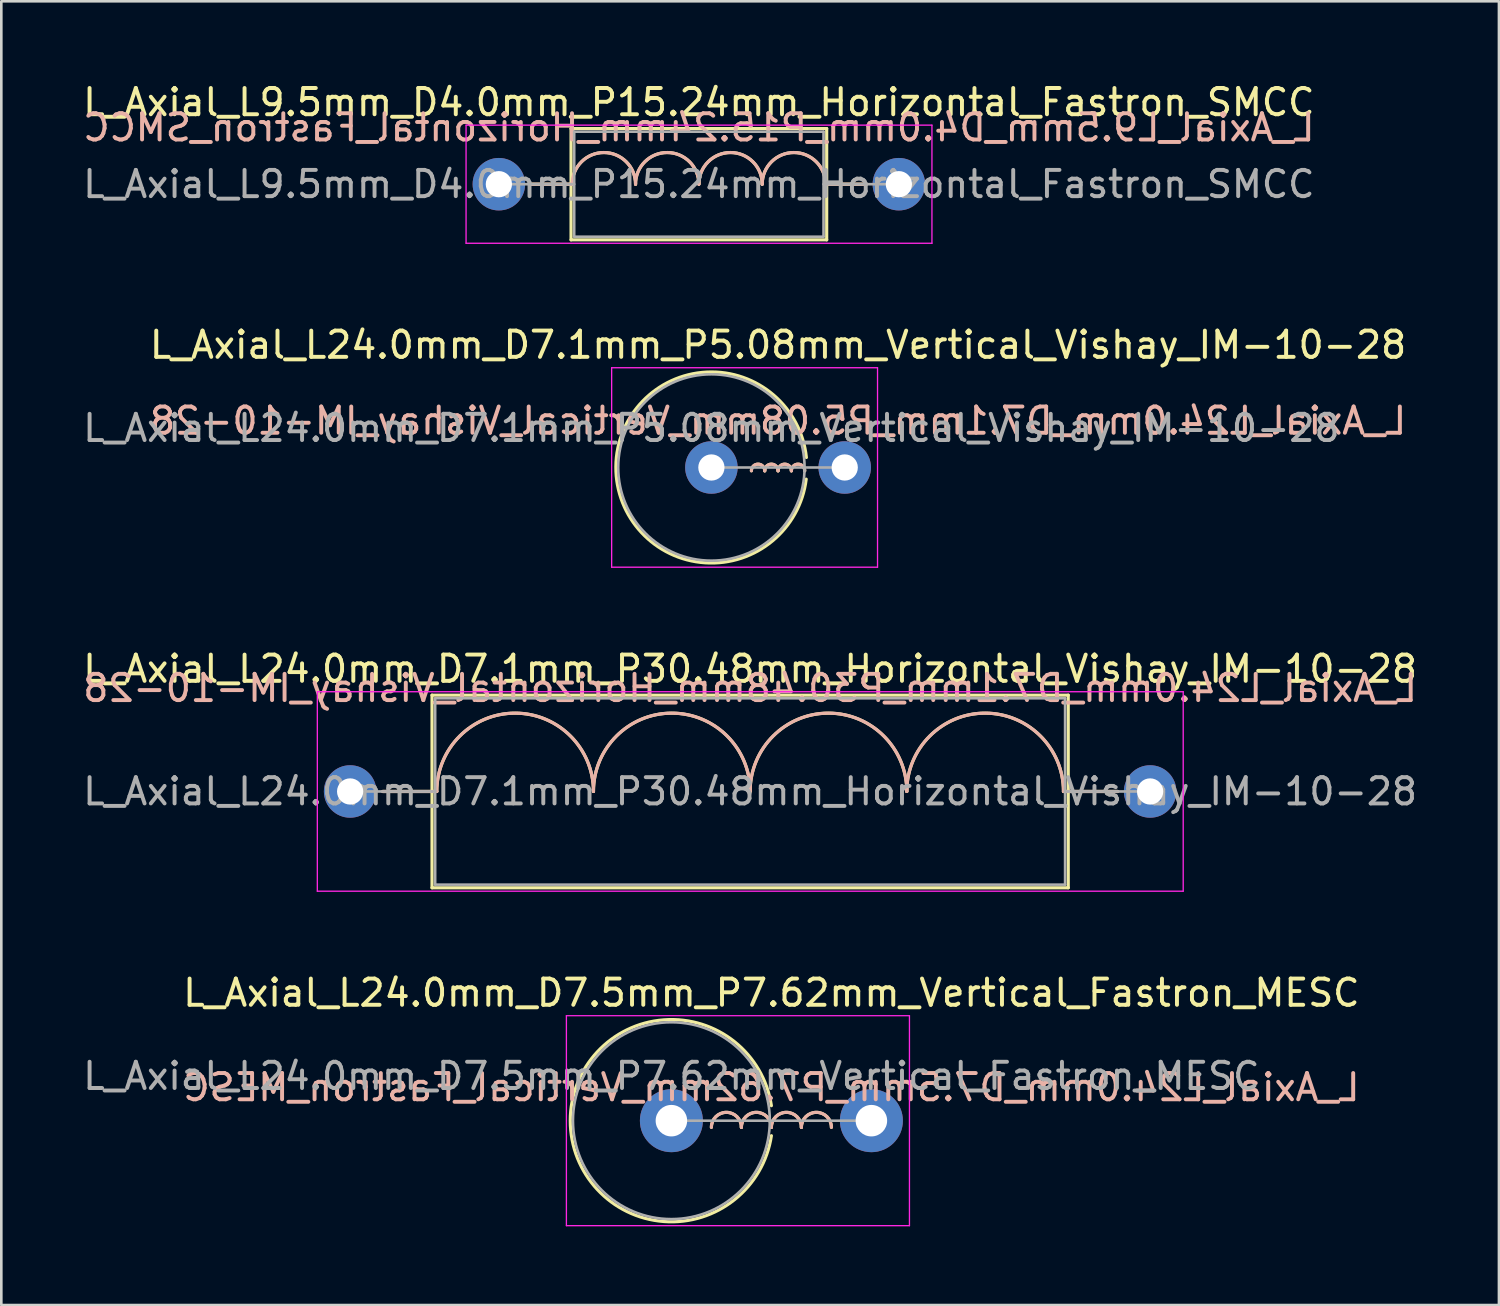
<source format=kicad_pcb>
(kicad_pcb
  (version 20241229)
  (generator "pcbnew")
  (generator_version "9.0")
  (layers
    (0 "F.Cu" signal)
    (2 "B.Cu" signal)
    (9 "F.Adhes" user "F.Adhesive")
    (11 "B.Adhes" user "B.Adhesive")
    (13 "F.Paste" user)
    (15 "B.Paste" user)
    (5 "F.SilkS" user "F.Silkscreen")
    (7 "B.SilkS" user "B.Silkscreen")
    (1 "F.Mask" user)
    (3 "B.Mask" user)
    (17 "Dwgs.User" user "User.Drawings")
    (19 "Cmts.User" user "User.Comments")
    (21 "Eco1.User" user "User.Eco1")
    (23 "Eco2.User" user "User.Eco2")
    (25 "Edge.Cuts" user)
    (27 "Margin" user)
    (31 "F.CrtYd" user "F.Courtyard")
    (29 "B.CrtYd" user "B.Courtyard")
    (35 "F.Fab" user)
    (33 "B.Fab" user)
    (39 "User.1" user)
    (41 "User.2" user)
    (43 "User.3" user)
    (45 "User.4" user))
  (footprint "L_Axial_L9.5mm_D4.0mm_P15.24mm_Horizontal_Fastron_SMCC"
    (layer "F.Cu")
    (at 15.957 3.968)
    (property "Reference" "L_Axial_L9.5mm_D4.0mm_P15.24mm_Horizontal_Fastron_SMCC" (at 7.62 -3.12 0) (layer "F.SilkS") (effects (font (size 1 1) (thickness 0.15))))
    (fp_line (start 1.24 0) (end 2.75 0) (stroke (width 0.12) (type solid)) (layer "F.SilkS"))
    (fp_line (start 2.75 -2.12) (end 2.75 2.12) (stroke (width 0.12) (type solid)) (layer "F.SilkS"))
    (fp_line (start 2.75 2.12) (end 12.49 2.12) (stroke (width 0.12) (type solid)) (layer "F.SilkS"))
    (fp_line (start 12.446 0) (end 12.49 0) (stroke (width 0.12) (type solid)) (layer "F.SilkS"))
    (fp_line (start 12.49 -2.12) (end 2.75 -2.12) (stroke (width 0.12) (type solid)) (layer "F.SilkS"))
    (fp_line (start 12.49 2.12) (end 12.49 -2.12) (stroke (width 0.12) (type solid)) (layer "F.SilkS"))
    (fp_line (start 14 0) (end 12.49 0) (stroke (width 0.12) (type solid)) (layer "F.SilkS"))
    (fp_arc (start 2.794 0) (mid 4.0005 -1.2065) (end 5.207 0) (stroke (width 0.12) (type solid)) (layer "F.SilkS"))
    (fp_arc (start 5.207 0) (mid 6.4135 -1.2065) (end 7.62 0) (stroke (width 0.12) (type solid)) (layer "F.SilkS"))
    (fp_arc (start 7.62 0) (mid 8.8265 -1.2065) (end 10.033 0) (stroke (width 0.12) (type solid)) (layer "F.SilkS"))
    (fp_arc (start 10.033 0) (mid 11.2395 -1.2065) (end 12.446 0) (stroke (width 0.12) (type solid)) (layer "F.SilkS"))
    (fp_line (start 1.24 0) (end 2.75 0) (stroke (width 0.12) (type solid)) (layer "B.SilkS"))
    (fp_line (start 2.794 0) (end 2.75 0) (stroke (width 0.12) (type solid)) (layer "B.SilkS"))
    (fp_line (start 14 0) (end 12.49 0) (stroke (width 0.12) (type solid)) (layer "B.SilkS"))
    (fp_arc (start 2.794 0) (mid 4.0005 -1.2065) (end 5.207 0) (stroke (width 0.12) (type solid)) (layer "B.SilkS"))
    (fp_arc (start 5.207 0) (mid 6.4135 -1.2065) (end 7.62 0) (stroke (width 0.12) (type solid)) (layer "B.SilkS"))
    (fp_arc (start 7.62 0) (mid 8.8265 -1.2065) (end 10.033 0) (stroke (width 0.12) (type solid)) (layer "B.SilkS"))
    (fp_arc (start 10.033 0) (mid 11.2395 -1.2065) (end 12.446 0) (stroke (width 0.12) (type solid)) (layer "B.SilkS"))
    (fp_line (start -1.25 -2.25) (end -1.25 2.25) (stroke (width 0.05) (type solid)) (layer "F.CrtYd"))
    (fp_line (start -1.25 2.25) (end 16.5 2.25) (stroke (width 0.05) (type solid)) (layer "F.CrtYd"))
    (fp_line (start 16.5 -2.25) (end -1.25 -2.25) (stroke (width 0.05) (type solid)) (layer "F.CrtYd"))
    (fp_line (start 16.5 2.25) (end 16.5 -2.25) (stroke (width 0.05) (type solid)) (layer "F.CrtYd"))
    (fp_line (start 0 0) (end 2.87 0) (stroke (width 0.1) (type solid)) (layer "F.Fab"))
    (fp_line (start 2.87 -2) (end 2.87 2) (stroke (width 0.1) (type solid)) (layer "F.Fab"))
    (fp_line (start 2.87 2) (end 12.37 2) (stroke (width 0.1) (type solid)) (layer "F.Fab"))
    (fp_line (start 12.37 -2) (end 2.87 -2) (stroke (width 0.1) (type solid)) (layer "F.Fab"))
    (fp_line (start 12.37 2) (end 12.37 -2) (stroke (width 0.1) (type solid)) (layer "F.Fab"))
    (fp_line (start 15.24 0) (end 12.37 0) (stroke (width 0.1) (type solid)) (layer "F.Fab"))
    (fp_text user "${REFERENCE}" (at 7.62 -2.159 0) (layer "B.SilkS") (effects (font (size 1 1) (thickness 0.15)) (justify mirror)))
    (fp_text user "${REFERENCE}" (at 7.62 0 0) (layer "F.Fab") (effects (font (size 1 1) (thickness 0.15))))
    (pad "1" thru_hole circle (at 0 0) (size 2 2) (drill 1) (layers "*.Cu" "*.Mask"))
    (pad "2" thru_hole oval (at 15.24 0) (size 2 2) (drill 1) (layers "*.Cu" "*.Mask")))
  (footprint "L_Axial_L24.0mm_D7.1mm_P5.08mm_Vertical_Vishay_IM-10-28"
    (layer "F.Cu")
    (at 24.054 14.761)
    (property "Reference" "L_Axial_L24.0mm_D7.1mm_P5.08mm_Vertical_Vishay_IM-10-28" (at 2.54 -4.67 0) (layer "F.SilkS") (effects (font (size 1 1) (thickness 0.15))))
    (fp_arc (start 1.524 0.127) (mid 1.778 -0.127) (end 2.032 0.127) (stroke (width 0.12) (type solid)) (layer "F.SilkS"))
    (fp_arc (start 2.032 0.127) (mid 2.286 -0.127) (end 2.54 0.127) (stroke (width 0.12) (type solid)) (layer "F.SilkS"))
    (fp_arc (start 2.54 0.127) (mid 2.794 -0.127) (end 3.048 0.127) (stroke (width 0.12) (type solid)) (layer "F.SilkS"))
    (fp_arc (start 3.048 0.127) (mid 3.302 -0.127) (end 3.556 0.127) (stroke (width 0.12) (type solid)) (layer "F.SilkS"))
    (fp_arc (start 3.612358 0.443624) (mid -3.63936 -0.031515) (end 3.619499 -0.380999) (stroke (width 0.12) (type solid)) (layer "F.SilkS"))
    (fp_arc (start 1.524 0.127) (mid 1.778 -0.127) (end 2.032 0.127) (stroke (width 0.12) (type solid)) (layer "B.SilkS"))
    (fp_arc (start 2.032 0.127) (mid 2.286 -0.127) (end 2.54 0.127) (stroke (width 0.12) (type solid)) (layer "B.SilkS"))
    (fp_arc (start 2.54 0.127) (mid 2.794 -0.127) (end 3.048 0.127) (stroke (width 0.12) (type solid)) (layer "B.SilkS"))
    (fp_arc (start 3.048 0.127) (mid 3.302 -0.127) (end 3.556 0.127) (stroke (width 0.12) (type solid)) (layer "B.SilkS"))
    (fp_line (start -3.8 -3.8) (end -3.8 3.8) (stroke (width 0.05) (type solid)) (layer "F.CrtYd"))
    (fp_line (start -3.8 3.8) (end 6.33 3.8) (stroke (width 0.05) (type solid)) (layer "F.CrtYd"))
    (fp_line (start 6.33 -3.8) (end -3.8 -3.8) (stroke (width 0.05) (type solid)) (layer "F.CrtYd"))
    (fp_line (start 6.33 3.8) (end 6.33 -3.8) (stroke (width 0.05) (type solid)) (layer "F.CrtYd"))
    (fp_line (start 0 0) (end 5.08 0) (stroke (width 0.1) (type solid)) (layer "F.Fab"))
    (fp_circle (center 0 0) (end 3.55 0) (stroke (width 0.1) (type solid)) (fill no) (layer "F.Fab"))
    (fp_text user "${REFERENCE}" (at 2.54 -1.778 0) (layer "B.SilkS") (effects (font (size 1 1) (thickness 0.15)) (justify mirror)))
    (fp_text user "${REFERENCE}" (at 0 -1.5 0) (layer "F.Fab") (effects (font (size 1 1) (thickness 0.15))))
    (pad "1" thru_hole circle (at 0 0) (size 2 2) (drill 1) (layers "*.Cu" "*.Mask"))
    (pad "2" thru_hole oval (at 5.08 0) (size 2 2) (drill 1) (layers "*.Cu" "*.Mask")))
  (footprint "L_Axial_L24.0mm_D7.1mm_P30.48mm_Horizontal_Vishay_IM-10-28"
    (layer "F.Cu")
    (at 10.29 27.105)
    (property "Reference" "L_Axial_L24.0mm_D7.1mm_P30.48mm_Horizontal_Vishay_IM-10-28" (at 15.24 -4.67 0) (layer "F.SilkS") (effects (font (size 1 1) (thickness 0.15))))
    (fp_line (start 1.24 0) (end 3.12 0) (stroke (width 0.12) (type solid)) (layer "F.SilkS"))
    (fp_line (start 3.12 -3.67) (end 3.12 3.67) (stroke (width 0.12) (type solid)) (layer "F.SilkS"))
    (fp_line (start 3.12 3.67) (end 27.36 3.67) (stroke (width 0.12) (type solid)) (layer "F.SilkS"))
    (fp_line (start 3.302 0) (end 3.12 0) (stroke (width 0.12) (type solid)) (layer "F.SilkS"))
    (fp_line (start 27.178 0) (end 27.36 0) (stroke (width 0.12) (type solid)) (layer "F.SilkS"))
    (fp_line (start 27.36 -3.67) (end 3.12 -3.67) (stroke (width 0.12) (type solid)) (layer "F.SilkS"))
    (fp_line (start 27.36 3.67) (end 27.36 -3.67) (stroke (width 0.12) (type solid)) (layer "F.SilkS"))
    (fp_line (start 29.24 0) (end 27.36 0) (stroke (width 0.12) (type solid)) (layer "F.SilkS"))
    (fp_arc (start 3.302 0) (mid 6.2865 -2.9845) (end 9.271 0) (stroke (width 0.12) (type solid)) (layer "F.SilkS"))
    (fp_arc (start 9.271 0) (mid 12.2555 -2.9845) (end 15.24 0) (stroke (width 0.12) (type solid)) (layer "F.SilkS"))
    (fp_arc (start 15.24 0) (mid 18.2245 -2.9845) (end 21.209 0) (stroke (width 0.12) (type solid)) (layer "F.SilkS"))
    (fp_arc (start 21.209 0) (mid 24.1935 -2.9845) (end 27.178 0) (stroke (width 0.12) (type solid)) (layer "F.SilkS"))
    (fp_line (start 1.24 0) (end 3.12 0) (stroke (width 0.12) (type solid)) (layer "B.SilkS"))
    (fp_line (start 3.302 0) (end 3.12 0) (stroke (width 0.12) (type solid)) (layer "B.SilkS"))
    (fp_line (start 27.178 0) (end 27.36 0) (stroke (width 0.12) (type solid)) (layer "B.SilkS"))
    (fp_line (start 29.24 0) (end 27.36 0) (stroke (width 0.12) (type solid)) (layer "B.SilkS"))
    (fp_arc (start 3.302 0) (mid 6.2865 -2.9845) (end 9.271 0) (stroke (width 0.12) (type solid)) (layer "B.SilkS"))
    (fp_arc (start 9.271 0) (mid 12.2555 -2.9845) (end 15.24 0) (stroke (width 0.12) (type solid)) (layer "B.SilkS"))
    (fp_arc (start 15.24 0) (mid 18.2245 -2.9845) (end 21.209 0) (stroke (width 0.12) (type solid)) (layer "B.SilkS"))
    (fp_arc (start 21.209 0) (mid 24.1935 -2.9845) (end 27.178 0) (stroke (width 0.12) (type solid)) (layer "B.SilkS"))
    (fp_line (start -1.25 -3.8) (end -1.25 3.8) (stroke (width 0.05) (type solid)) (layer "F.CrtYd"))
    (fp_line (start -1.25 3.8) (end 31.74 3.8) (stroke (width 0.05) (type solid)) (layer "F.CrtYd"))
    (fp_line (start 31.74 -3.8) (end -1.25 -3.8) (stroke (width 0.05) (type solid)) (layer "F.CrtYd"))
    (fp_line (start 31.74 3.8) (end 31.74 -3.8) (stroke (width 0.05) (type solid)) (layer "F.CrtYd"))
    (fp_line (start 0 0) (end 3.24 0) (stroke (width 0.1) (type solid)) (layer "F.Fab"))
    (fp_line (start 3.24 -3.55) (end 3.24 3.55) (stroke (width 0.1) (type solid)) (layer "F.Fab"))
    (fp_line (start 3.24 3.55) (end 27.24 3.55) (stroke (width 0.1) (type solid)) (layer "F.Fab"))
    (fp_line (start 27.24 -3.55) (end 3.24 -3.55) (stroke (width 0.1) (type solid)) (layer "F.Fab"))
    (fp_line (start 27.24 3.55) (end 27.24 -3.55) (stroke (width 0.1) (type solid)) (layer "F.Fab"))
    (fp_line (start 30.48 0) (end 27.24 0) (stroke (width 0.1) (type solid)) (layer "F.Fab"))
    (fp_text user "${REFERENCE}" (at 15.24 -3.937 0) (layer "B.SilkS") (effects (font (size 1 1) (thickness 0.15)) (justify mirror)))
    (fp_text user "${REFERENCE}" (at 15.24 0 0) (layer "F.Fab") (effects (font (size 1 1) (thickness 0.15))))
    (pad "1" thru_hole circle (at 0 0) (size 2 2) (drill 1) (layers "*.Cu" "*.Mask"))
    (pad "2" thru_hole oval (at 30.48 0) (size 2 2) (drill 1) (layers "*.Cu" "*.Mask")))
  (footprint "L_Axial_L24.0mm_D7.5mm_P7.62mm_Vertical_Fastron_MESC"
    (layer "F.Cu")
    (at 22.53 39.648)
    (property "Reference" "L_Axial_L24.0mm_D7.5mm_P7.62mm_Vertical_Fastron_MESC" (at 3.81 -4.87 0) (layer "F.SilkS") (effects (font (size 1 1) (thickness 0.15))))
    (fp_arc (start 1.524 0.254) (mid 2.0955 -0.3175) (end 2.667 0.254) (stroke (width 0.12) (type solid)) (layer "F.SilkS"))
    (fp_arc (start 2.667 0.254) (mid 3.2385 -0.3175) (end 3.81 0.254) (stroke (width 0.12) (type solid)) (layer "F.SilkS"))
    (fp_arc (start 3.81 0.254) (mid 4.3815 -0.3175) (end 4.953 0.254) (stroke (width 0.12) (type solid)) (layer "F.SilkS"))
    (fp_arc (start 3.81 0.5715) (mid -3.852624 0) (end 3.81 -0.5715) (stroke (width 0.12) (type solid)) (layer "F.SilkS"))
    (fp_arc (start 4.953 0.254) (mid 5.5245 -0.3175) (end 6.096 0.254) (stroke (width 0.12) (type solid)) (layer "F.SilkS"))
    (fp_arc (start 1.524 0.254) (mid 2.0955 -0.3175) (end 2.667 0.254) (stroke (width 0.12) (type solid)) (layer "B.SilkS"))
    (fp_arc (start 2.667 0.254) (mid 3.2385 -0.3175) (end 3.81 0.254) (stroke (width 0.12) (type solid)) (layer "B.SilkS"))
    (fp_arc (start 3.81 0.254) (mid 4.3815 -0.3175) (end 4.953 0.254) (stroke (width 0.12) (type solid)) (layer "B.SilkS"))
    (fp_arc (start 4.953 0.254) (mid 5.5245 -0.3175) (end 6.096 0.254) (stroke (width 0.12) (type solid)) (layer "B.SilkS"))
    (fp_line (start -4 -4) (end -4 4) (stroke (width 0.05) (type solid)) (layer "F.CrtYd"))
    (fp_line (start -4 4) (end 9.07 4) (stroke (width 0.05) (type solid)) (layer "F.CrtYd"))
    (fp_line (start 9.07 -4) (end -4 -4) (stroke (width 0.05) (type solid)) (layer "F.CrtYd"))
    (fp_line (start 9.07 4) (end 9.07 -4) (stroke (width 0.05) (type solid)) (layer "F.CrtYd"))
    (fp_line (start 0 0) (end 7.62 0) (stroke (width 0.1) (type solid)) (layer "F.Fab"))
    (fp_circle (center 0 0) (end 3.75 0) (stroke (width 0.1) (type solid)) (fill no) (layer "F.Fab"))
    (fp_text user "${REFERENCE}" (at 3.81 -1.27 0) (layer "B.SilkS") (effects (font (size 1 1) (thickness 0.15)) (justify mirror)))
    (fp_text user "${REFERENCE}" (at 0 -1.7 0) (layer "F.Fab") (effects (font (size 1 1) (thickness 0.15))))
    (pad "1" thru_hole circle (at 0 0) (size 2.4 2.4) (drill 1.2) (layers "*.Cu" "*.Mask"))
    (pad "2" thru_hole oval (at 7.62 0) (size 2.4 2.4) (drill 1.2) (layers "*.Cu" "*.Mask")))
  (gr_rect
    (start -3 -3)
    (end 54.06 46.673)
    (stroke (width 0.1) (type default))
    (fill no)
    (layer "Edge.Cuts")))
</source>
